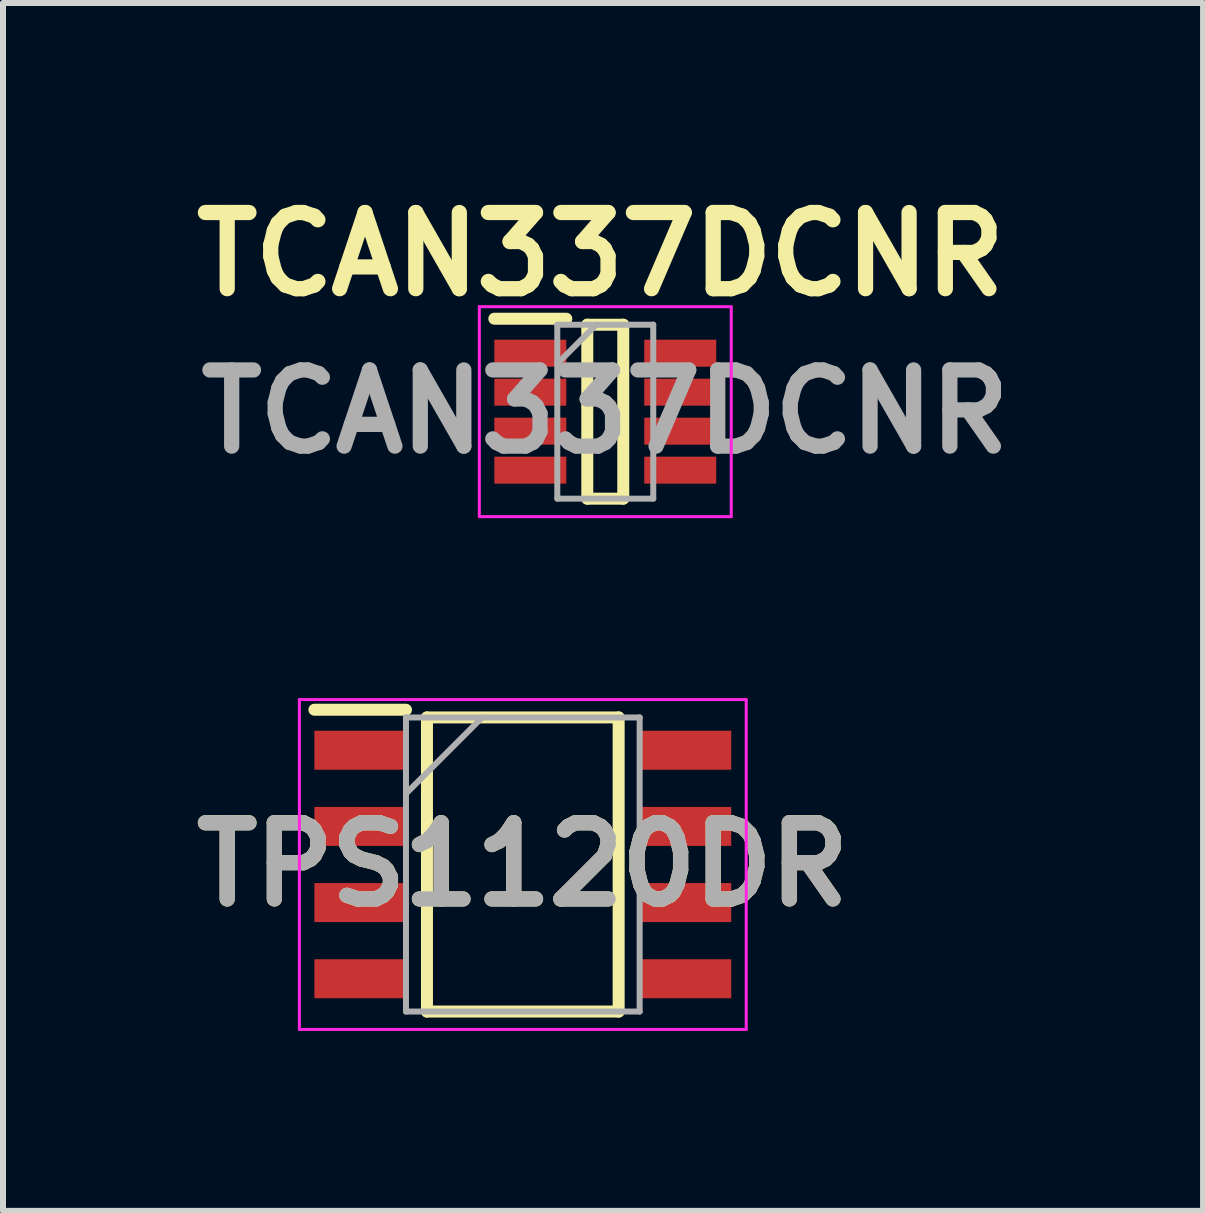
<source format=kicad_pcb>
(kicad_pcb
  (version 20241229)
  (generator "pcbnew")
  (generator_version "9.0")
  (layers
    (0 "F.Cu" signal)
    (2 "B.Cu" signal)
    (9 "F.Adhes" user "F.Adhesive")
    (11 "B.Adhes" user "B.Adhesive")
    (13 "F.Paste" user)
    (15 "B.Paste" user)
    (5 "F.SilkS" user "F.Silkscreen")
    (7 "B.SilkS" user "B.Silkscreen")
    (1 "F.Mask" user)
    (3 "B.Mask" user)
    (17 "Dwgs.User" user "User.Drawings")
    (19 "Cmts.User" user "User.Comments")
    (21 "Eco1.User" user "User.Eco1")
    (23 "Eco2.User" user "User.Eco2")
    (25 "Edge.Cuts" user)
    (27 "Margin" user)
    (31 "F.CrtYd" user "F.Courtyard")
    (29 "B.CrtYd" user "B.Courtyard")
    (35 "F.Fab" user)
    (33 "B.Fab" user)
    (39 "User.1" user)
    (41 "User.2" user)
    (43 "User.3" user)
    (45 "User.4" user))
  (footprint "TCAN337DCNR"
    (layer "F.Cu")
    (at 7.042 3.814)
    (property "Reference" "TCAN337DCNR" (at -0.075 -2.625 0) (layer "F.SilkS") (effects (font (size 1.27 1.27) (thickness 0.254))))
    (attr smd)
    (fp_line (start -1.85 -1.55) (end -0.65 -1.55) (stroke (width 0.2) (type solid)) (layer "F.SilkS"))
    (fp_line (start -0.3 -1.45) (end 0.3 -1.45) (stroke (width 0.2) (type solid)) (layer "F.SilkS"))
    (fp_line (start -0.3 1.45) (end -0.3 -1.45) (stroke (width 0.2) (type solid)) (layer "F.SilkS"))
    (fp_line (start 0.3 -1.45) (end 0.3 1.45) (stroke (width 0.2) (type solid)) (layer "F.SilkS"))
    (fp_line (start 0.3 1.45) (end -0.3 1.45) (stroke (width 0.2) (type solid)) (layer "F.SilkS"))
    (fp_line (start -2.1 -1.75) (end 2.1 -1.75) (stroke (width 0.05) (type solid)) (layer "F.CrtYd"))
    (fp_line (start -2.1 1.75) (end -2.1 -1.75) (stroke (width 0.05) (type solid)) (layer "F.CrtYd"))
    (fp_line (start 2.1 -1.75) (end 2.1 1.75) (stroke (width 0.05) (type solid)) (layer "F.CrtYd"))
    (fp_line (start 2.1 1.75) (end -2.1 1.75) (stroke (width 0.05) (type solid)) (layer "F.CrtYd"))
    (fp_line (start -0.8 -1.45) (end 0.8 -1.45) (stroke (width 0.1) (type solid)) (layer "F.Fab"))
    (fp_line (start -0.8 -0.8) (end -0.15 -1.45) (stroke (width 0.1) (type solid)) (layer "F.Fab"))
    (fp_line (start -0.8 1.45) (end -0.8 -1.45) (stroke (width 0.1) (type solid)) (layer "F.Fab"))
    (fp_line (start 0.8 -1.45) (end 0.8 1.45) (stroke (width 0.1) (type solid)) (layer "F.Fab"))
    (fp_line (start 0.8 1.45) (end -0.8 1.45) (stroke (width 0.1) (type solid)) (layer "F.Fab"))
    (fp_text user "${REFERENCE}" (at 0 0 0) (layer "F.Fab") (effects (font (size 1.27 1.27) (thickness 0.254))))
    (pad "1" smd rect (at -1.25 -0.975 90) (size 0.45 1.2) (layers "F.Cu" "F.Mask" "F.Paste"))
    (pad "2" smd rect (at -1.25 -0.325 90) (size 0.45 1.2) (layers "F.Cu" "F.Mask" "F.Paste"))
    (pad "3" smd rect (at -1.25 0.325 90) (size 0.45 1.2) (layers "F.Cu" "F.Mask" "F.Paste"))
    (pad "4" smd rect (at -1.25 0.975 90) (size 0.45 1.2) (layers "F.Cu" "F.Mask" "F.Paste"))
    (pad "5" smd rect (at 1.25 0.975 90) (size 0.45 1.2) (layers "F.Cu" "F.Mask" "F.Paste"))
    (pad "6" smd rect (at 1.25 0.325 90) (size 0.45 1.2) (layers "F.Cu" "F.Mask" "F.Paste"))
    (pad "7" smd rect (at 1.25 -0.325 90) (size 0.45 1.2) (layers "F.Cu" "F.Mask" "F.Paste"))
    (pad "8" smd rect (at 1.25 -0.975 90) (size 0.45 1.2) (layers "F.Cu" "F.Mask" "F.Paste")))
  (footprint "TPS1120DR"
    (layer "F.Cu")
    (at 5.667 11.364)
    (property "Reference" "TPS1120DR" (at 0 0 180) (layer "F.SilkS") (effects (font (size 1.27 1.27) (thickness 0.254))))
    (attr smd)
    (fp_line (start -3.475 -2.58) (end -1.948 -2.58) (stroke (width 0.2) (type solid)) (layer "F.SilkS"))
    (fp_line (start -1.598 -2.452) (end 1.598 -2.452) (stroke (width 0.2) (type solid)) (layer "F.SilkS"))
    (fp_line (start -1.598 2.452) (end -1.598 -2.452) (stroke (width 0.2) (type solid)) (layer "F.SilkS"))
    (fp_line (start 1.598 -2.452) (end 1.598 2.452) (stroke (width 0.2) (type solid)) (layer "F.SilkS"))
    (fp_line (start 1.598 2.452) (end -1.598 2.452) (stroke (width 0.2) (type solid)) (layer "F.SilkS"))
    (fp_line (start -3.725 -2.75) (end 3.725 -2.75) (stroke (width 0.05) (type solid)) (layer "F.CrtYd"))
    (fp_line (start -3.725 2.75) (end -3.725 -2.75) (stroke (width 0.05) (type solid)) (layer "F.CrtYd"))
    (fp_line (start 3.725 -2.75) (end 3.725 2.75) (stroke (width 0.05) (type solid)) (layer "F.CrtYd"))
    (fp_line (start 3.725 2.75) (end -3.725 2.75) (stroke (width 0.05) (type solid)) (layer "F.CrtYd"))
    (fp_line (start -1.948 -2.452) (end 1.948 -2.452) (stroke (width 0.1) (type solid)) (layer "F.Fab"))
    (fp_line (start -1.948 -1.182) (end -0.678 -2.452) (stroke (width 0.1) (type solid)) (layer "F.Fab"))
    (fp_line (start -1.948 2.452) (end -1.948 -2.452) (stroke (width 0.1) (type solid)) (layer "F.Fab"))
    (fp_line (start 1.948 -2.452) (end 1.948 2.452) (stroke (width 0.1) (type solid)) (layer "F.Fab"))
    (fp_line (start 1.948 2.452) (end -1.948 2.452) (stroke (width 0.1) (type solid)) (layer "F.Fab"))
    (fp_text user "${REFERENCE}" (at 0 0 180) (layer "F.Fab") (effects (font (size 1.27 1.27) (thickness 0.254))))
    (pad "1" smd rect (at -2.711 -1.905 90) (size 0.65 1.528) (layers "F.Cu" "F.Mask" "F.Paste"))
    (pad "2" smd rect (at -2.711 -0.635 90) (size 0.65 1.528) (layers "F.Cu" "F.Mask" "F.Paste"))
    (pad "3" smd rect (at -2.711 0.635 90) (size 0.65 1.528) (layers "F.Cu" "F.Mask" "F.Paste"))
    (pad "4" smd rect (at -2.711 1.905 90) (size 0.65 1.528) (layers "F.Cu" "F.Mask" "F.Paste"))
    (pad "5" smd rect (at 2.711 1.905 90) (size 0.65 1.528) (layers "F.Cu" "F.Mask" "F.Paste"))
    (pad "6" smd rect (at 2.711 0.635 90) (size 0.65 1.528) (layers "F.Cu" "F.Mask" "F.Paste"))
    (pad "7" smd rect (at 2.711 -0.635 90) (size 0.65 1.528) (layers "F.Cu" "F.Mask" "F.Paste"))
    (pad "8" smd rect (at 2.711 -1.905 90) (size 0.65 1.528) (layers "F.Cu" "F.Mask" "F.Paste")))
  (gr_rect
    (start -3 -3)
    (end 17.009 17.139)
    (stroke (width 0.1) (type default))
    (fill no)
    (layer "Edge.Cuts")))
</source>
